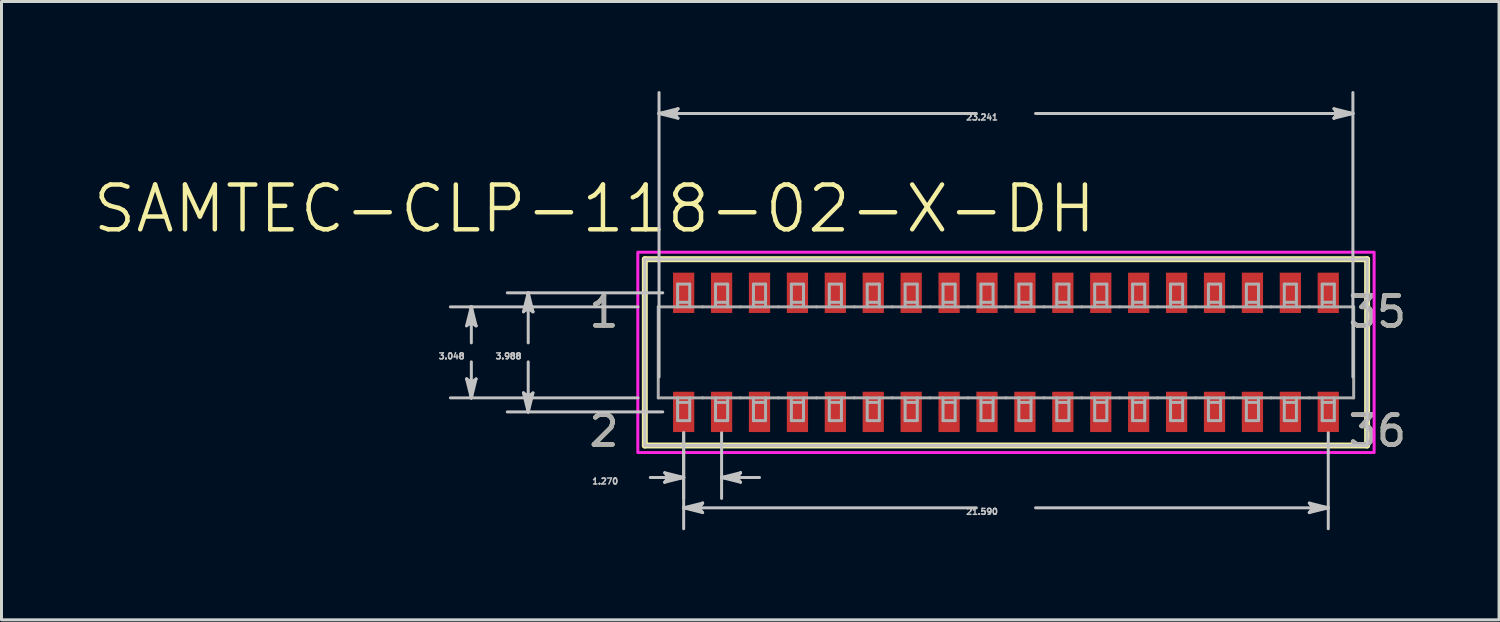
<source format=kicad_pcb>
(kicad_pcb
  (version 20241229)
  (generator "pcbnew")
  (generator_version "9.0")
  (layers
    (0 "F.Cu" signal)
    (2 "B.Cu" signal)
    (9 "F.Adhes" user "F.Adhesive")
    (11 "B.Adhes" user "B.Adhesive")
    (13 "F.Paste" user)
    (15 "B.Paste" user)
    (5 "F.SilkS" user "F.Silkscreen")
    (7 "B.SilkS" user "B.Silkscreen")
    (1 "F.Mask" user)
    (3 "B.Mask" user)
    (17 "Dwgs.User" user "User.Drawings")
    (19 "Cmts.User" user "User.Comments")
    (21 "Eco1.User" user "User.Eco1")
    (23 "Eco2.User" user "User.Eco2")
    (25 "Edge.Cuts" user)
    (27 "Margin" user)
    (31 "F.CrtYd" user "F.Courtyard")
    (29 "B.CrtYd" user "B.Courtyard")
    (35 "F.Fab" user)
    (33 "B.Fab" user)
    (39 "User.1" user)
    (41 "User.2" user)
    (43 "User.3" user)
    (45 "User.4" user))
  (footprint "SAMTEC-CLP-118-02-X-DH"
    (layer "F.Cu")
    (at 30.644 8.752)
    (property "Reference" "SAMTEC-CLP-118-02-X-DH" (at -13.784 -4.808 0) (layer "F.SilkS") (effects (font (size 1.5 1.5) (thickness 0.15))))
    (attr smd)
    (fp_poly (pts (xy -11.202 -2.72) (xy -10.389 -2.72) (xy -10.389 -1.268) (xy -11.202 -1.268)) (stroke (width 0.01) (type solid)) (fill yes) (layer "F.Mask"))
    (fp_poly (pts (xy -11.202 1.268) (xy -10.389 1.268) (xy -10.389 2.72) (xy -11.202 2.72)) (stroke (width 0.01) (type solid)) (fill yes) (layer "F.Mask"))
    (fp_poly (pts (xy -9.932 -2.72) (xy -9.119 -2.72) (xy -9.119 -1.268) (xy -9.932 -1.268)) (stroke (width 0.01) (type solid)) (fill yes) (layer "F.Mask"))
    (fp_poly (pts (xy -9.932 1.268) (xy -9.119 1.268) (xy -9.119 2.72) (xy -9.932 2.72)) (stroke (width 0.01) (type solid)) (fill yes) (layer "F.Mask"))
    (fp_poly (pts (xy -8.662 -2.72) (xy -7.849 -2.72) (xy -7.849 -1.268) (xy -8.662 -1.268)) (stroke (width 0.01) (type solid)) (fill yes) (layer "F.Mask"))
    (fp_poly (pts (xy -8.662 1.268) (xy -7.849 1.268) (xy -7.849 2.72) (xy -8.662 2.72)) (stroke (width 0.01) (type solid)) (fill yes) (layer "F.Mask"))
    (fp_poly (pts (xy -7.392 -2.72) (xy -6.579 -2.72) (xy -6.579 -1.268) (xy -7.392 -1.268)) (stroke (width 0.01) (type solid)) (fill yes) (layer "F.Mask"))
    (fp_poly (pts (xy -7.392 1.268) (xy -6.579 1.268) (xy -6.579 2.72) (xy -7.392 2.72)) (stroke (width 0.01) (type solid)) (fill yes) (layer "F.Mask"))
    (fp_poly (pts (xy -6.122 -2.72) (xy -5.309 -2.72) (xy -5.309 -1.268) (xy -6.122 -1.268)) (stroke (width 0.01) (type solid)) (fill yes) (layer "F.Mask"))
    (fp_poly (pts (xy -6.122 1.268) (xy -5.309 1.268) (xy -5.309 2.72) (xy -6.122 2.72)) (stroke (width 0.01) (type solid)) (fill yes) (layer "F.Mask"))
    (fp_poly (pts (xy -4.852 -2.72) (xy -4.039 -2.72) (xy -4.039 -1.268) (xy -4.852 -1.268)) (stroke (width 0.01) (type solid)) (fill yes) (layer "F.Mask"))
    (fp_poly (pts (xy -4.852 1.268) (xy -4.039 1.268) (xy -4.039 2.72) (xy -4.852 2.72)) (stroke (width 0.01) (type solid)) (fill yes) (layer "F.Mask"))
    (fp_poly (pts (xy -3.582 -2.72) (xy -2.769 -2.72) (xy -2.769 -1.268) (xy -3.582 -1.268)) (stroke (width 0.01) (type solid)) (fill yes) (layer "F.Mask"))
    (fp_poly (pts (xy -3.582 1.268) (xy -2.769 1.268) (xy -2.769 2.72) (xy -3.582 2.72)) (stroke (width 0.01) (type solid)) (fill yes) (layer "F.Mask"))
    (fp_poly (pts (xy -2.312 -2.72) (xy -1.499 -2.72) (xy -1.499 -1.268) (xy -2.312 -1.268)) (stroke (width 0.01) (type solid)) (fill yes) (layer "F.Mask"))
    (fp_poly (pts (xy -2.312 1.268) (xy -1.499 1.268) (xy -1.499 2.72) (xy -2.312 2.72)) (stroke (width 0.01) (type solid)) (fill yes) (layer "F.Mask"))
    (fp_poly (pts (xy -1.042 -2.72) (xy -0.229 -2.72) (xy -0.229 -1.268) (xy -1.042 -1.268)) (stroke (width 0.01) (type solid)) (fill yes) (layer "F.Mask"))
    (fp_poly (pts (xy -1.042 1.268) (xy -0.229 1.268) (xy -0.229 2.72) (xy -1.042 2.72)) (stroke (width 0.01) (type solid)) (fill yes) (layer "F.Mask"))
    (fp_poly (pts (xy 0.228 -2.72) (xy 1.041 -2.72) (xy 1.041 -1.268) (xy 0.228 -1.268)) (stroke (width 0.01) (type solid)) (fill yes) (layer "F.Mask"))
    (fp_poly (pts (xy 0.228 1.268) (xy 1.041 1.268) (xy 1.041 2.72) (xy 0.228 2.72)) (stroke (width 0.01) (type solid)) (fill yes) (layer "F.Mask"))
    (fp_poly (pts (xy 1.498 -2.72) (xy 2.311 -2.72) (xy 2.311 -1.268) (xy 1.498 -1.268)) (stroke (width 0.01) (type solid)) (fill yes) (layer "F.Mask"))
    (fp_poly (pts (xy 1.498 1.268) (xy 2.311 1.268) (xy 2.311 2.72) (xy 1.498 2.72)) (stroke (width 0.01) (type solid)) (fill yes) (layer "F.Mask"))
    (fp_poly (pts (xy 2.768 -2.72) (xy 3.581 -2.72) (xy 3.581 -1.268) (xy 2.768 -1.268)) (stroke (width 0.01) (type solid)) (fill yes) (layer "F.Mask"))
    (fp_poly (pts (xy 2.768 1.268) (xy 3.581 1.268) (xy 3.581 2.72) (xy 2.768 2.72)) (stroke (width 0.01) (type solid)) (fill yes) (layer "F.Mask"))
    (fp_poly (pts (xy 4.038 -2.72) (xy 4.851 -2.72) (xy 4.851 -1.268) (xy 4.038 -1.268)) (stroke (width 0.01) (type solid)) (fill yes) (layer "F.Mask"))
    (fp_poly (pts (xy 4.038 1.268) (xy 4.851 1.268) (xy 4.851 2.72) (xy 4.038 2.72)) (stroke (width 0.01) (type solid)) (fill yes) (layer "F.Mask"))
    (fp_poly (pts (xy 5.308 -2.72) (xy 6.121 -2.72) (xy 6.121 -1.268) (xy 5.308 -1.268)) (stroke (width 0.01) (type solid)) (fill yes) (layer "F.Mask"))
    (fp_poly (pts (xy 5.308 1.268) (xy 6.121 1.268) (xy 6.121 2.72) (xy 5.308 2.72)) (stroke (width 0.01) (type solid)) (fill yes) (layer "F.Mask"))
    (fp_poly (pts (xy 6.578 -2.72) (xy 7.391 -2.72) (xy 7.391 -1.268) (xy 6.578 -1.268)) (stroke (width 0.01) (type solid)) (fill yes) (layer "F.Mask"))
    (fp_poly (pts (xy 6.578 1.268) (xy 7.391 1.268) (xy 7.391 2.72) (xy 6.578 2.72)) (stroke (width 0.01) (type solid)) (fill yes) (layer "F.Mask"))
    (fp_poly (pts (xy 7.848 -2.72) (xy 8.661 -2.72) (xy 8.661 -1.268) (xy 7.848 -1.268)) (stroke (width 0.01) (type solid)) (fill yes) (layer "F.Mask"))
    (fp_poly (pts (xy 7.848 1.268) (xy 8.661 1.268) (xy 8.661 2.72) (xy 7.848 2.72)) (stroke (width 0.01) (type solid)) (fill yes) (layer "F.Mask"))
    (fp_poly (pts (xy 9.118 -2.72) (xy 9.931 -2.72) (xy 9.931 -1.268) (xy 9.118 -1.268)) (stroke (width 0.01) (type solid)) (fill yes) (layer "F.Mask"))
    (fp_poly (pts (xy 9.118 1.268) (xy 9.931 1.268) (xy 9.931 2.72) (xy 9.118 2.72)) (stroke (width 0.01) (type solid)) (fill yes) (layer "F.Mask"))
    (fp_poly (pts (xy 10.388 -2.72) (xy 11.201 -2.72) (xy 11.201 -1.268) (xy 10.388 -1.268)) (stroke (width 0.01) (type solid)) (fill yes) (layer "F.Mask"))
    (fp_poly (pts (xy 10.388 1.268) (xy 11.201 1.268) (xy 11.201 2.72) (xy 10.388 2.72)) (stroke (width 0.01) (type solid)) (fill yes) (layer "F.Mask"))
    (fp_line (start -12.096 -3.12) (end -12.096 3.12) (stroke (width 0.2) (type solid)) (layer "F.SilkS"))
    (fp_line (start -12.096 3.12) (end 12.096 3.12) (stroke (width 0.2) (type solid)) (layer "F.SilkS"))
    (fp_line (start 12.096 -3.12) (end -12.096 -3.12) (stroke (width 0.2) (type solid)) (layer "F.SilkS"))
    (fp_line (start 12.096 3.12) (end 12.096 -3.12) (stroke (width 0.2) (type solid)) (layer "F.SilkS"))
    (fp_poly (pts (xy -11.151 -2.669) (xy -10.44 -2.669) (xy -10.44 -1.319) (xy -11.151 -1.319)) (stroke (width 0.01) (type solid)) (fill yes) (layer "F.Paste"))
    (fp_poly (pts (xy -11.151 1.319) (xy -10.44 1.319) (xy -10.44 2.669) (xy -11.151 2.669)) (stroke (width 0.01) (type solid)) (fill yes) (layer "F.Paste"))
    (fp_poly (pts (xy -9.881 -2.669) (xy -9.17 -2.669) (xy -9.17 -1.319) (xy -9.881 -1.319)) (stroke (width 0.01) (type solid)) (fill yes) (layer "F.Paste"))
    (fp_poly (pts (xy -9.881 1.319) (xy -9.17 1.319) (xy -9.17 2.669) (xy -9.881 2.669)) (stroke (width 0.01) (type solid)) (fill yes) (layer "F.Paste"))
    (fp_poly (pts (xy -8.611 -2.669) (xy -7.9 -2.669) (xy -7.9 -1.319) (xy -8.611 -1.319)) (stroke (width 0.01) (type solid)) (fill yes) (layer "F.Paste"))
    (fp_poly (pts (xy -8.611 1.319) (xy -7.9 1.319) (xy -7.9 2.669) (xy -8.611 2.669)) (stroke (width 0.01) (type solid)) (fill yes) (layer "F.Paste"))
    (fp_poly (pts (xy -7.341 -2.669) (xy -6.63 -2.669) (xy -6.63 -1.319) (xy -7.341 -1.319)) (stroke (width 0.01) (type solid)) (fill yes) (layer "F.Paste"))
    (fp_poly (pts (xy -7.341 1.319) (xy -6.63 1.319) (xy -6.63 2.669) (xy -7.341 2.669)) (stroke (width 0.01) (type solid)) (fill yes) (layer "F.Paste"))
    (fp_poly (pts (xy -6.071 -2.669) (xy -5.36 -2.669) (xy -5.36 -1.319) (xy -6.071 -1.319)) (stroke (width 0.01) (type solid)) (fill yes) (layer "F.Paste"))
    (fp_poly (pts (xy -6.071 1.319) (xy -5.36 1.319) (xy -5.36 2.669) (xy -6.071 2.669)) (stroke (width 0.01) (type solid)) (fill yes) (layer "F.Paste"))
    (fp_poly (pts (xy -4.801 -2.669) (xy -4.09 -2.669) (xy -4.09 -1.319) (xy -4.801 -1.319)) (stroke (width 0.01) (type solid)) (fill yes) (layer "F.Paste"))
    (fp_poly (pts (xy -4.801 1.319) (xy -4.09 1.319) (xy -4.09 2.669) (xy -4.801 2.669)) (stroke (width 0.01) (type solid)) (fill yes) (layer "F.Paste"))
    (fp_poly (pts (xy -3.531 -2.669) (xy -2.82 -2.669) (xy -2.82 -1.319) (xy -3.531 -1.319)) (stroke (width 0.01) (type solid)) (fill yes) (layer "F.Paste"))
    (fp_poly (pts (xy -3.531 1.319) (xy -2.82 1.319) (xy -2.82 2.669) (xy -3.531 2.669)) (stroke (width 0.01) (type solid)) (fill yes) (layer "F.Paste"))
    (fp_poly (pts (xy -2.261 -2.669) (xy -1.55 -2.669) (xy -1.55 -1.319) (xy -2.261 -1.319)) (stroke (width 0.01) (type solid)) (fill yes) (layer "F.Paste"))
    (fp_poly (pts (xy -2.261 1.319) (xy -1.55 1.319) (xy -1.55 2.669) (xy -2.261 2.669)) (stroke (width 0.01) (type solid)) (fill yes) (layer "F.Paste"))
    (fp_poly (pts (xy -0.991 -2.669) (xy -0.28 -2.669) (xy -0.28 -1.319) (xy -0.991 -1.319)) (stroke (width 0.01) (type solid)) (fill yes) (layer "F.Paste"))
    (fp_poly (pts (xy -0.991 1.319) (xy -0.28 1.319) (xy -0.28 2.669) (xy -0.991 2.669)) (stroke (width 0.01) (type solid)) (fill yes) (layer "F.Paste"))
    (fp_poly (pts (xy 0.279 -2.669) (xy 0.99 -2.669) (xy 0.99 -1.319) (xy 0.279 -1.319)) (stroke (width 0.01) (type solid)) (fill yes) (layer "F.Paste"))
    (fp_poly (pts (xy 0.279 1.319) (xy 0.99 1.319) (xy 0.99 2.669) (xy 0.279 2.669)) (stroke (width 0.01) (type solid)) (fill yes) (layer "F.Paste"))
    (fp_poly (pts (xy 1.549 -2.669) (xy 2.26 -2.669) (xy 2.26 -1.319) (xy 1.549 -1.319)) (stroke (width 0.01) (type solid)) (fill yes) (layer "F.Paste"))
    (fp_poly (pts (xy 1.549 1.319) (xy 2.26 1.319) (xy 2.26 2.669) (xy 1.549 2.669)) (stroke (width 0.01) (type solid)) (fill yes) (layer "F.Paste"))
    (fp_poly (pts (xy 2.819 -2.669) (xy 3.53 -2.669) (xy 3.53 -1.319) (xy 2.819 -1.319)) (stroke (width 0.01) (type solid)) (fill yes) (layer "F.Paste"))
    (fp_poly (pts (xy 2.819 1.319) (xy 3.53 1.319) (xy 3.53 2.669) (xy 2.819 2.669)) (stroke (width 0.01) (type solid)) (fill yes) (layer "F.Paste"))
    (fp_poly (pts (xy 4.089 -2.669) (xy 4.8 -2.669) (xy 4.8 -1.319) (xy 4.089 -1.319)) (stroke (width 0.01) (type solid)) (fill yes) (layer "F.Paste"))
    (fp_poly (pts (xy 4.089 1.319) (xy 4.8 1.319) (xy 4.8 2.669) (xy 4.089 2.669)) (stroke (width 0.01) (type solid)) (fill yes) (layer "F.Paste"))
    (fp_poly (pts (xy 5.359 -2.669) (xy 6.07 -2.669) (xy 6.07 -1.319) (xy 5.359 -1.319)) (stroke (width 0.01) (type solid)) (fill yes) (layer "F.Paste"))
    (fp_poly (pts (xy 5.359 1.319) (xy 6.07 1.319) (xy 6.07 2.669) (xy 5.359 2.669)) (stroke (width 0.01) (type solid)) (fill yes) (layer "F.Paste"))
    (fp_poly (pts (xy 6.629 -2.669) (xy 7.34 -2.669) (xy 7.34 -1.319) (xy 6.629 -1.319)) (stroke (width 0.01) (type solid)) (fill yes) (layer "F.Paste"))
    (fp_poly (pts (xy 6.629 1.319) (xy 7.34 1.319) (xy 7.34 2.669) (xy 6.629 2.669)) (stroke (width 0.01) (type solid)) (fill yes) (layer "F.Paste"))
    (fp_poly (pts (xy 7.899 -2.669) (xy 8.61 -2.669) (xy 8.61 -1.319) (xy 7.899 -1.319)) (stroke (width 0.01) (type solid)) (fill yes) (layer "F.Paste"))
    (fp_poly (pts (xy 7.899 1.319) (xy 8.61 1.319) (xy 8.61 2.669) (xy 7.899 2.669)) (stroke (width 0.01) (type solid)) (fill yes) (layer "F.Paste"))
    (fp_poly (pts (xy 9.169 -2.669) (xy 9.88 -2.669) (xy 9.88 -1.319) (xy 9.169 -1.319)) (stroke (width 0.01) (type solid)) (fill yes) (layer "F.Paste"))
    (fp_poly (pts (xy 9.169 1.319) (xy 9.88 1.319) (xy 9.88 2.669) (xy 9.169 2.669)) (stroke (width 0.01) (type solid)) (fill yes) (layer "F.Paste"))
    (fp_poly (pts (xy 10.439 -2.669) (xy 11.15 -2.669) (xy 11.15 -1.319) (xy 10.439 -1.319)) (stroke (width 0.01) (type solid)) (fill yes) (layer "F.Paste"))
    (fp_poly (pts (xy 10.439 1.319) (xy 11.15 1.319) (xy 11.15 2.669) (xy 10.439 2.669)) (stroke (width 0.01) (type solid)) (fill yes) (layer "F.Paste"))
    (fp_line (start -18.066 -0.889) (end -17.907 -1.016) (stroke (width 0.1) (type solid)) (layer "Dwgs.User"))
    (fp_line (start -18.066 0.889) (end -17.907 1.524) (stroke (width 0.1) (type solid)) (layer "Dwgs.User"))
    (fp_line (start -17.986 -0.952) (end -17.907 -1.016) (stroke (width 0.1) (type solid)) (layer "Dwgs.User"))
    (fp_line (start -17.986 0.952) (end -18.066 0.889) (stroke (width 0.1) (type solid)) (layer "Dwgs.User"))
    (fp_line (start -17.907 -1.524) (end -18.066 -0.889) (stroke (width 0.1) (type solid)) (layer "Dwgs.User"))
    (fp_line (start -17.907 -1.524) (end -17.986 -0.952) (stroke (width 0.1) (type solid)) (layer "Dwgs.User"))
    (fp_line (start -17.907 -1.524) (end -17.828 -0.952) (stroke (width 0.1) (type solid)) (layer "Dwgs.User"))
    (fp_line (start -17.907 -1.016) (end -17.907 -1.524) (stroke (width 0.1) (type solid)) (layer "Dwgs.User"))
    (fp_line (start -17.907 -1.016) (end -17.748 -0.889) (stroke (width 0.1) (type solid)) (layer "Dwgs.User"))
    (fp_line (start -17.907 -0.318) (end -17.907 -1.524) (stroke (width 0.1) (type solid)) (layer "Dwgs.User"))
    (fp_line (start -17.907 0.318) (end -17.907 1.524) (stroke (width 0.1) (type solid)) (layer "Dwgs.User"))
    (fp_line (start -17.907 1.016) (end -18.066 0.889) (stroke (width 0.1) (type solid)) (layer "Dwgs.User"))
    (fp_line (start -17.907 1.016) (end -17.907 1.524) (stroke (width 0.1) (type solid)) (layer "Dwgs.User"))
    (fp_line (start -17.907 1.524) (end -17.986 0.952) (stroke (width 0.1) (type solid)) (layer "Dwgs.User"))
    (fp_line (start -17.907 1.524) (end -17.828 0.952) (stroke (width 0.1) (type solid)) (layer "Dwgs.User"))
    (fp_line (start -17.907 1.524) (end -17.748 0.889) (stroke (width 0.1) (type solid)) (layer "Dwgs.User"))
    (fp_line (start -17.828 -0.952) (end -17.748 -0.889) (stroke (width 0.1) (type solid)) (layer "Dwgs.User"))
    (fp_line (start -17.828 0.952) (end -17.907 1.016) (stroke (width 0.1) (type solid)) (layer "Dwgs.User"))
    (fp_line (start -17.748 -0.889) (end -17.907 -1.524) (stroke (width 0.1) (type solid)) (layer "Dwgs.User"))
    (fp_line (start -17.748 0.889) (end -17.907 1.016) (stroke (width 0.1) (type solid)) (layer "Dwgs.User"))
    (fp_line (start -16.161 -1.359) (end -16.002 -1.486) (stroke (width 0.1) (type solid)) (layer "Dwgs.User"))
    (fp_line (start -16.161 1.359) (end -16.002 1.994) (stroke (width 0.1) (type solid)) (layer "Dwgs.User"))
    (fp_line (start -16.081 -1.422) (end -16.002 -1.486) (stroke (width 0.1) (type solid)) (layer "Dwgs.User"))
    (fp_line (start -16.081 1.422) (end -16.161 1.359) (stroke (width 0.1) (type solid)) (layer "Dwgs.User"))
    (fp_line (start -16.002 -1.994) (end -16.161 -1.359) (stroke (width 0.1) (type solid)) (layer "Dwgs.User"))
    (fp_line (start -16.002 -1.994) (end -16.081 -1.422) (stroke (width 0.1) (type solid)) (layer "Dwgs.User"))
    (fp_line (start -16.002 -1.994) (end -15.923 -1.422) (stroke (width 0.1) (type solid)) (layer "Dwgs.User"))
    (fp_line (start -16.002 -1.486) (end -16.002 -1.994) (stroke (width 0.1) (type solid)) (layer "Dwgs.User"))
    (fp_line (start -16.002 -1.486) (end -15.843 -1.359) (stroke (width 0.1) (type solid)) (layer "Dwgs.User"))
    (fp_line (start -16.002 -0.318) (end -16.002 -1.994) (stroke (width 0.1) (type solid)) (layer "Dwgs.User"))
    (fp_line (start -16.002 0.318) (end -16.002 1.994) (stroke (width 0.1) (type solid)) (layer "Dwgs.User"))
    (fp_line (start -16.002 1.486) (end -16.161 1.359) (stroke (width 0.1) (type solid)) (layer "Dwgs.User"))
    (fp_line (start -16.002 1.486) (end -16.002 1.994) (stroke (width 0.1) (type solid)) (layer "Dwgs.User"))
    (fp_line (start -16.002 1.994) (end -16.081 1.422) (stroke (width 0.1) (type solid)) (layer "Dwgs.User"))
    (fp_line (start -16.002 1.994) (end -15.923 1.422) (stroke (width 0.1) (type solid)) (layer "Dwgs.User"))
    (fp_line (start -16.002 1.994) (end -15.843 1.359) (stroke (width 0.1) (type solid)) (layer "Dwgs.User"))
    (fp_line (start -15.923 -1.422) (end -15.843 -1.359) (stroke (width 0.1) (type solid)) (layer "Dwgs.User"))
    (fp_line (start -15.923 1.422) (end -16.002 1.486) (stroke (width 0.1) (type solid)) (layer "Dwgs.User"))
    (fp_line (start -15.843 -1.359) (end -16.002 -1.994) (stroke (width 0.1) (type solid)) (layer "Dwgs.User"))
    (fp_line (start -15.843 1.359) (end -16.002 1.486) (stroke (width 0.1) (type solid)) (layer "Dwgs.User"))
    (fp_line (start -12.322 -1.524) (end -18.608 -1.524) (stroke (width 0.1) (type solid)) (layer "Dwgs.User"))
    (fp_line (start -12.322 1.524) (end -18.608 1.524) (stroke (width 0.1) (type solid)) (layer "Dwgs.User"))
    (fp_line (start -12.096 -3.12) (end -12.096 3.12) (stroke (width 0.1) (type solid)) (layer "Dwgs.User"))
    (fp_line (start -12.096 3.12) (end 12.096 3.12) (stroke (width 0.1) (type solid)) (layer "Dwgs.User"))
    (fp_line (start -11.913 4.191) (end -10.795 4.191) (stroke (width 0.1) (type solid)) (layer "Dwgs.User"))
    (fp_line (start -11.62 -8.001) (end -11.049 -8.08) (stroke (width 0.1) (type solid)) (layer "Dwgs.User"))
    (fp_line (start -11.62 -8.001) (end -11.049 -7.922) (stroke (width 0.1) (type solid)) (layer "Dwgs.User"))
    (fp_line (start -11.62 -8.001) (end -10.986 -7.842) (stroke (width 0.1) (type solid)) (layer "Dwgs.User"))
    (fp_line (start -11.62 0.823) (end -11.62 -8.702) (stroke (width 0.1) (type solid)) (layer "Dwgs.User"))
    (fp_line (start -11.496 -1.994) (end -16.703 -1.994) (stroke (width 0.1) (type solid)) (layer "Dwgs.User"))
    (fp_line (start -11.496 1.994) (end -16.703 1.994) (stroke (width 0.1) (type solid)) (layer "Dwgs.User"))
    (fp_line (start -11.43 4.032) (end -11.303 4.191) (stroke (width 0.1) (type solid)) (layer "Dwgs.User"))
    (fp_line (start -11.43 4.35) (end -10.795 4.191) (stroke (width 0.1) (type solid)) (layer "Dwgs.User"))
    (fp_line (start -11.366 4.112) (end -11.303 4.191) (stroke (width 0.1) (type solid)) (layer "Dwgs.User"))
    (fp_line (start -11.366 4.27) (end -11.43 4.35) (stroke (width 0.1) (type solid)) (layer "Dwgs.User"))
    (fp_line (start -11.303 4.191) (end -11.43 4.35) (stroke (width 0.1) (type solid)) (layer "Dwgs.User"))
    (fp_line (start -11.303 4.191) (end -10.795 4.191) (stroke (width 0.1) (type solid)) (layer "Dwgs.User"))
    (fp_line (start -11.112 -8.001) (end -11.62 -8.001) (stroke (width 0.1) (type solid)) (layer "Dwgs.User"))
    (fp_line (start -11.112 -8.001) (end -10.986 -8.16) (stroke (width 0.1) (type solid)) (layer "Dwgs.User"))
    (fp_line (start -11.049 -8.08) (end -10.986 -8.16) (stroke (width 0.1) (type solid)) (layer "Dwgs.User"))
    (fp_line (start -11.049 -7.922) (end -11.112 -8.001) (stroke (width 0.1) (type solid)) (layer "Dwgs.User"))
    (fp_line (start -10.986 -8.16) (end -11.62 -8.001) (stroke (width 0.1) (type solid)) (layer "Dwgs.User"))
    (fp_line (start -10.986 -7.842) (end -11.112 -8.001) (stroke (width 0.1) (type solid)) (layer "Dwgs.User"))
    (fp_line (start -10.795 2.695) (end -10.795 4.892) (stroke (width 0.1) (type solid)) (layer "Dwgs.User"))
    (fp_line (start -10.795 2.695) (end -10.795 5.908) (stroke (width 0.1) (type solid)) (layer "Dwgs.User"))
    (fp_line (start -10.795 4.191) (end -11.43 4.032) (stroke (width 0.1) (type solid)) (layer "Dwgs.User"))
    (fp_line (start -10.795 4.191) (end -11.366 4.112) (stroke (width 0.1) (type solid)) (layer "Dwgs.User"))
    (fp_line (start -10.795 4.191) (end -11.366 4.27) (stroke (width 0.1) (type solid)) (layer "Dwgs.User"))
    (fp_line (start -10.795 5.207) (end -10.224 5.128) (stroke (width 0.1) (type solid)) (layer "Dwgs.User"))
    (fp_line (start -10.795 5.207) (end -10.224 5.286) (stroke (width 0.1) (type solid)) (layer "Dwgs.User"))
    (fp_line (start -10.795 5.207) (end -10.16 5.366) (stroke (width 0.1) (type solid)) (layer "Dwgs.User"))
    (fp_line (start -10.287 5.207) (end -10.795 5.207) (stroke (width 0.1) (type solid)) (layer "Dwgs.User"))
    (fp_line (start -10.287 5.207) (end -10.16 5.048) (stroke (width 0.1) (type solid)) (layer "Dwgs.User"))
    (fp_line (start -10.224 5.128) (end -10.16 5.048) (stroke (width 0.1) (type solid)) (layer "Dwgs.User"))
    (fp_line (start -10.224 5.286) (end -10.287 5.207) (stroke (width 0.1) (type solid)) (layer "Dwgs.User"))
    (fp_line (start -10.16 5.048) (end -10.795 5.207) (stroke (width 0.1) (type solid)) (layer "Dwgs.User"))
    (fp_line (start -10.16 5.366) (end -10.287 5.207) (stroke (width 0.1) (type solid)) (layer "Dwgs.User"))
    (fp_line (start -9.525 2.695) (end -9.525 4.892) (stroke (width 0.1) (type solid)) (layer "Dwgs.User"))
    (fp_line (start -9.525 4.191) (end -8.954 4.112) (stroke (width 0.1) (type solid)) (layer "Dwgs.User"))
    (fp_line (start -9.525 4.191) (end -8.954 4.27) (stroke (width 0.1) (type solid)) (layer "Dwgs.User"))
    (fp_line (start -9.525 4.191) (end -8.89 4.35) (stroke (width 0.1) (type solid)) (layer "Dwgs.User"))
    (fp_line (start -9.017 4.191) (end -9.525 4.191) (stroke (width 0.1) (type solid)) (layer "Dwgs.User"))
    (fp_line (start -9.017 4.191) (end -8.89 4.032) (stroke (width 0.1) (type solid)) (layer "Dwgs.User"))
    (fp_line (start -8.954 4.112) (end -8.89 4.032) (stroke (width 0.1) (type solid)) (layer "Dwgs.User"))
    (fp_line (start -8.954 4.27) (end -9.017 4.191) (stroke (width 0.1) (type solid)) (layer "Dwgs.User"))
    (fp_line (start -8.89 4.032) (end -9.525 4.191) (stroke (width 0.1) (type solid)) (layer "Dwgs.User"))
    (fp_line (start -8.89 4.35) (end -9.017 4.191) (stroke (width 0.1) (type solid)) (layer "Dwgs.User"))
    (fp_line (start -8.255 4.191) (end -9.525 4.191) (stroke (width 0.1) (type solid)) (layer "Dwgs.User"))
    (fp_line (start -0.991 -8.001) (end -11.62 -8.001) (stroke (width 0.1) (type solid)) (layer "Dwgs.User"))
    (fp_line (start -0.991 5.207) (end -10.795 5.207) (stroke (width 0.1) (type solid)) (layer "Dwgs.User"))
    (fp_line (start 0.991 -8.001) (end 11.62 -8.001) (stroke (width 0.1) (type solid)) (layer "Dwgs.User"))
    (fp_line (start 0.991 5.207) (end 10.795 5.207) (stroke (width 0.1) (type solid)) (layer "Dwgs.User"))
    (fp_line (start 10.16 5.048) (end 10.287 5.207) (stroke (width 0.1) (type solid)) (layer "Dwgs.User"))
    (fp_line (start 10.16 5.366) (end 10.795 5.207) (stroke (width 0.1) (type solid)) (layer "Dwgs.User"))
    (fp_line (start 10.224 5.128) (end 10.287 5.207) (stroke (width 0.1) (type solid)) (layer "Dwgs.User"))
    (fp_line (start 10.224 5.286) (end 10.16 5.366) (stroke (width 0.1) (type solid)) (layer "Dwgs.User"))
    (fp_line (start 10.287 5.207) (end 10.16 5.366) (stroke (width 0.1) (type solid)) (layer "Dwgs.User"))
    (fp_line (start 10.287 5.207) (end 10.795 5.207) (stroke (width 0.1) (type solid)) (layer "Dwgs.User"))
    (fp_line (start 10.795 2.695) (end 10.795 5.908) (stroke (width 0.1) (type solid)) (layer "Dwgs.User"))
    (fp_line (start 10.795 5.207) (end 10.16 5.048) (stroke (width 0.1) (type solid)) (layer "Dwgs.User"))
    (fp_line (start 10.795 5.207) (end 10.224 5.128) (stroke (width 0.1) (type solid)) (layer "Dwgs.User"))
    (fp_line (start 10.795 5.207) (end 10.224 5.286) (stroke (width 0.1) (type solid)) (layer "Dwgs.User"))
    (fp_line (start 10.986 -8.16) (end 11.112 -8.001) (stroke (width 0.1) (type solid)) (layer "Dwgs.User"))
    (fp_line (start 10.986 -7.842) (end 11.62 -8.001) (stroke (width 0.1) (type solid)) (layer "Dwgs.User"))
    (fp_line (start 11.049 -8.08) (end 11.112 -8.001) (stroke (width 0.1) (type solid)) (layer "Dwgs.User"))
    (fp_line (start 11.049 -7.922) (end 10.986 -7.842) (stroke (width 0.1) (type solid)) (layer "Dwgs.User"))
    (fp_line (start 11.112 -8.001) (end 10.986 -7.842) (stroke (width 0.1) (type solid)) (layer "Dwgs.User"))
    (fp_line (start 11.112 -8.001) (end 11.62 -8.001) (stroke (width 0.1) (type solid)) (layer "Dwgs.User"))
    (fp_line (start 11.62 -8.001) (end 10.986 -8.16) (stroke (width 0.1) (type solid)) (layer "Dwgs.User"))
    (fp_line (start 11.62 -8.001) (end 11.049 -8.08) (stroke (width 0.1) (type solid)) (layer "Dwgs.User"))
    (fp_line (start 11.62 -8.001) (end 11.049 -7.922) (stroke (width 0.1) (type solid)) (layer "Dwgs.User"))
    (fp_line (start 11.62 0.823) (end 11.62 -8.702) (stroke (width 0.1) (type solid)) (layer "Dwgs.User"))
    (fp_line (start 12.096 -3.12) (end -12.096 -3.12) (stroke (width 0.1) (type solid)) (layer "Dwgs.User"))
    (fp_line (start 12.096 3.12) (end 12.096 -3.12) (stroke (width 0.1) (type solid)) (layer "Dwgs.User"))
    (fp_poly (pts (xy -12.331 3.355) (xy -12.331 -3.355) (xy 12.331 -3.355) (xy 12.331 3.355) (xy -12.331 3.355)) (stroke (width 0.1) (type solid)) (fill no) (layer "F.CrtYd"))
    (fp_line (start -11.646 -1.524) (end -11.646 1.524) (stroke (width 0.1) (type solid)) (layer "F.Fab"))
    (fp_line (start -11.646 1.524) (end -10.16 1.524) (stroke (width 0.1) (type solid)) (layer "F.Fab"))
    (fp_line (start -10.998 -2.286) (end -10.998 -1.524) (stroke (width 0.1) (type solid)) (layer "F.Fab"))
    (fp_line (start -10.998 1.524) (end -10.998 2.286) (stroke (width 0.1) (type solid)) (layer "F.Fab"))
    (fp_line (start -10.998 1.676) (end -10.592 1.676) (stroke (width 0.1) (type solid)) (layer "F.Fab"))
    (fp_line (start -10.998 2.286) (end -10.592 2.286) (stroke (width 0.1) (type solid)) (layer "F.Fab"))
    (fp_line (start -10.592 -2.286) (end -10.998 -2.286) (stroke (width 0.1) (type solid)) (layer "F.Fab"))
    (fp_line (start -10.592 -1.676) (end -10.998 -1.676) (stroke (width 0.1) (type solid)) (layer "F.Fab"))
    (fp_line (start -10.592 -1.524) (end -10.592 -2.286) (stroke (width 0.1) (type solid)) (layer "F.Fab"))
    (fp_line (start -10.592 2.286) (end -10.592 1.524) (stroke (width 0.1) (type solid)) (layer "F.Fab"))
    (fp_line (start -10.16 -1.524) (end -11.646 -1.524) (stroke (width 0.1) (type solid)) (layer "F.Fab"))
    (fp_line (start -10.16 -1.524) (end -8.89 -1.524) (stroke (width 0.1) (type solid)) (layer "F.Fab"))
    (fp_line (start -10.16 1.524) (end -8.89 1.524) (stroke (width 0.1) (type solid)) (layer "F.Fab"))
    (fp_line (start -9.728 -2.286) (end -9.728 -1.524) (stroke (width 0.1) (type solid)) (layer "F.Fab"))
    (fp_line (start -9.728 1.524) (end -9.728 2.286) (stroke (width 0.1) (type solid)) (layer "F.Fab"))
    (fp_line (start -9.728 1.676) (end -9.322 1.676) (stroke (width 0.1) (type solid)) (layer "F.Fab"))
    (fp_line (start -9.728 2.286) (end -9.322 2.286) (stroke (width 0.1) (type solid)) (layer "F.Fab"))
    (fp_line (start -9.322 -2.286) (end -9.728 -2.286) (stroke (width 0.1) (type solid)) (layer "F.Fab"))
    (fp_line (start -9.322 -1.676) (end -9.728 -1.676) (stroke (width 0.1) (type solid)) (layer "F.Fab"))
    (fp_line (start -9.322 -1.524) (end -9.322 -2.286) (stroke (width 0.1) (type solid)) (layer "F.Fab"))
    (fp_line (start -9.322 2.286) (end -9.322 1.524) (stroke (width 0.1) (type solid)) (layer "F.Fab"))
    (fp_line (start -8.89 -1.524) (end -7.62 -1.524) (stroke (width 0.1) (type solid)) (layer "F.Fab"))
    (fp_line (start -8.89 1.524) (end -7.62 1.524) (stroke (width 0.1) (type solid)) (layer "F.Fab"))
    (fp_line (start -8.458 -2.286) (end -8.458 -1.524) (stroke (width 0.1) (type solid)) (layer "F.Fab"))
    (fp_line (start -8.458 1.524) (end -8.458 2.286) (stroke (width 0.1) (type solid)) (layer "F.Fab"))
    (fp_line (start -8.458 1.676) (end -8.052 1.676) (stroke (width 0.1) (type solid)) (layer "F.Fab"))
    (fp_line (start -8.458 2.286) (end -8.052 2.286) (stroke (width 0.1) (type solid)) (layer "F.Fab"))
    (fp_line (start -8.052 -2.286) (end -8.458 -2.286) (stroke (width 0.1) (type solid)) (layer "F.Fab"))
    (fp_line (start -8.052 -1.676) (end -8.458 -1.676) (stroke (width 0.1) (type solid)) (layer "F.Fab"))
    (fp_line (start -8.052 -1.524) (end -8.052 -2.286) (stroke (width 0.1) (type solid)) (layer "F.Fab"))
    (fp_line (start -8.052 2.286) (end -8.052 1.524) (stroke (width 0.1) (type solid)) (layer "F.Fab"))
    (fp_line (start -7.62 -1.524) (end -6.35 -1.524) (stroke (width 0.1) (type solid)) (layer "F.Fab"))
    (fp_line (start -7.62 1.524) (end -6.35 1.524) (stroke (width 0.1) (type solid)) (layer "F.Fab"))
    (fp_line (start -7.188 -2.286) (end -7.188 -1.524) (stroke (width 0.1) (type solid)) (layer "F.Fab"))
    (fp_line (start -7.188 1.524) (end -7.188 2.286) (stroke (width 0.1) (type solid)) (layer "F.Fab"))
    (fp_line (start -7.188 1.676) (end -6.782 1.676) (stroke (width 0.1) (type solid)) (layer "F.Fab"))
    (fp_line (start -7.188 2.286) (end -6.782 2.286) (stroke (width 0.1) (type solid)) (layer "F.Fab"))
    (fp_line (start -6.782 -2.286) (end -7.188 -2.286) (stroke (width 0.1) (type solid)) (layer "F.Fab"))
    (fp_line (start -6.782 -1.676) (end -7.188 -1.676) (stroke (width 0.1) (type solid)) (layer "F.Fab"))
    (fp_line (start -6.782 -1.524) (end -6.782 -2.286) (stroke (width 0.1) (type solid)) (layer "F.Fab"))
    (fp_line (start -6.782 2.286) (end -6.782 1.524) (stroke (width 0.1) (type solid)) (layer "F.Fab"))
    (fp_line (start -6.35 -1.524) (end -5.08 -1.524) (stroke (width 0.1) (type solid)) (layer "F.Fab"))
    (fp_line (start -6.35 1.524) (end -5.08 1.524) (stroke (width 0.1) (type solid)) (layer "F.Fab"))
    (fp_line (start -5.918 -2.286) (end -5.918 -1.524) (stroke (width 0.1) (type solid)) (layer "F.Fab"))
    (fp_line (start -5.918 1.524) (end -5.918 2.286) (stroke (width 0.1) (type solid)) (layer "F.Fab"))
    (fp_line (start -5.918 1.676) (end -5.512 1.676) (stroke (width 0.1) (type solid)) (layer "F.Fab"))
    (fp_line (start -5.918 2.286) (end -5.512 2.286) (stroke (width 0.1) (type solid)) (layer "F.Fab"))
    (fp_line (start -5.512 -2.286) (end -5.918 -2.286) (stroke (width 0.1) (type solid)) (layer "F.Fab"))
    (fp_line (start -5.512 -1.676) (end -5.918 -1.676) (stroke (width 0.1) (type solid)) (layer "F.Fab"))
    (fp_line (start -5.512 -1.524) (end -5.512 -2.286) (stroke (width 0.1) (type solid)) (layer "F.Fab"))
    (fp_line (start -5.512 2.286) (end -5.512 1.524) (stroke (width 0.1) (type solid)) (layer "F.Fab"))
    (fp_line (start -5.08 -1.524) (end -3.81 -1.524) (stroke (width 0.1) (type solid)) (layer "F.Fab"))
    (fp_line (start -5.08 1.524) (end -3.81 1.524) (stroke (width 0.1) (type solid)) (layer "F.Fab"))
    (fp_line (start -4.648 -2.286) (end -4.648 -1.524) (stroke (width 0.1) (type solid)) (layer "F.Fab"))
    (fp_line (start -4.648 1.524) (end -4.648 2.286) (stroke (width 0.1) (type solid)) (layer "F.Fab"))
    (fp_line (start -4.648 1.676) (end -4.242 1.676) (stroke (width 0.1) (type solid)) (layer "F.Fab"))
    (fp_line (start -4.648 2.286) (end -4.242 2.286) (stroke (width 0.1) (type solid)) (layer "F.Fab"))
    (fp_line (start -4.242 -2.286) (end -4.648 -2.286) (stroke (width 0.1) (type solid)) (layer "F.Fab"))
    (fp_line (start -4.242 -1.676) (end -4.648 -1.676) (stroke (width 0.1) (type solid)) (layer "F.Fab"))
    (fp_line (start -4.242 -1.524) (end -4.242 -2.286) (stroke (width 0.1) (type solid)) (layer "F.Fab"))
    (fp_line (start -4.242 2.286) (end -4.242 1.524) (stroke (width 0.1) (type solid)) (layer "F.Fab"))
    (fp_line (start -3.81 -1.524) (end -2.54 -1.524) (stroke (width 0.1) (type solid)) (layer "F.Fab"))
    (fp_line (start -3.81 1.524) (end -2.54 1.524) (stroke (width 0.1) (type solid)) (layer "F.Fab"))
    (fp_line (start -3.378 -2.286) (end -3.378 -1.524) (stroke (width 0.1) (type solid)) (layer "F.Fab"))
    (fp_line (start -3.378 1.524) (end -3.378 2.286) (stroke (width 0.1) (type solid)) (layer "F.Fab"))
    (fp_line (start -3.378 1.676) (end -2.972 1.676) (stroke (width 0.1) (type solid)) (layer "F.Fab"))
    (fp_line (start -3.378 2.286) (end -2.972 2.286) (stroke (width 0.1) (type solid)) (layer "F.Fab"))
    (fp_line (start -2.972 -2.286) (end -3.378 -2.286) (stroke (width 0.1) (type solid)) (layer "F.Fab"))
    (fp_line (start -2.972 -1.676) (end -3.378 -1.676) (stroke (width 0.1) (type solid)) (layer "F.Fab"))
    (fp_line (start -2.972 -1.524) (end -2.972 -2.286) (stroke (width 0.1) (type solid)) (layer "F.Fab"))
    (fp_line (start -2.972 2.286) (end -2.972 1.524) (stroke (width 0.1) (type solid)) (layer "F.Fab"))
    (fp_line (start -2.54 -1.524) (end -1.27 -1.524) (stroke (width 0.1) (type solid)) (layer "F.Fab"))
    (fp_line (start -2.54 1.524) (end -1.27 1.524) (stroke (width 0.1) (type solid)) (layer "F.Fab"))
    (fp_line (start -2.108 -2.286) (end -2.108 -1.524) (stroke (width 0.1) (type solid)) (layer "F.Fab"))
    (fp_line (start -2.108 1.524) (end -2.108 2.286) (stroke (width 0.1) (type solid)) (layer "F.Fab"))
    (fp_line (start -2.108 1.676) (end -1.702 1.676) (stroke (width 0.1) (type solid)) (layer "F.Fab"))
    (fp_line (start -2.108 2.286) (end -1.702 2.286) (stroke (width 0.1) (type solid)) (layer "F.Fab"))
    (fp_line (start -1.702 -2.286) (end -2.108 -2.286) (stroke (width 0.1) (type solid)) (layer "F.Fab"))
    (fp_line (start -1.702 -1.676) (end -2.108 -1.676) (stroke (width 0.1) (type solid)) (layer "F.Fab"))
    (fp_line (start -1.702 -1.524) (end -1.702 -2.286) (stroke (width 0.1) (type solid)) (layer "F.Fab"))
    (fp_line (start -1.702 2.286) (end -1.702 1.524) (stroke (width 0.1) (type solid)) (layer "F.Fab"))
    (fp_line (start -1.27 -1.524) (end 0 -1.524) (stroke (width 0.1) (type solid)) (layer "F.Fab"))
    (fp_line (start -1.27 1.524) (end 0 1.524) (stroke (width 0.1) (type solid)) (layer "F.Fab"))
    (fp_line (start -0.838 -2.286) (end -0.838 -1.524) (stroke (width 0.1) (type solid)) (layer "F.Fab"))
    (fp_line (start -0.838 1.524) (end -0.838 2.286) (stroke (width 0.1) (type solid)) (layer "F.Fab"))
    (fp_line (start -0.838 1.676) (end -0.432 1.676) (stroke (width 0.1) (type solid)) (layer "F.Fab"))
    (fp_line (start -0.838 2.286) (end -0.432 2.286) (stroke (width 0.1) (type solid)) (layer "F.Fab"))
    (fp_line (start -0.432 -2.286) (end -0.838 -2.286) (stroke (width 0.1) (type solid)) (layer "F.Fab"))
    (fp_line (start -0.432 -1.676) (end -0.838 -1.676) (stroke (width 0.1) (type solid)) (layer "F.Fab"))
    (fp_line (start -0.432 -1.524) (end -0.432 -2.286) (stroke (width 0.1) (type solid)) (layer "F.Fab"))
    (fp_line (start -0.432 2.286) (end -0.432 1.524) (stroke (width 0.1) (type solid)) (layer "F.Fab"))
    (fp_line (start 0 -1.524) (end 1.27 -1.524) (stroke (width 0.1) (type solid)) (layer "F.Fab"))
    (fp_line (start 0 1.524) (end 1.27 1.524) (stroke (width 0.1) (type solid)) (layer "F.Fab"))
    (fp_line (start 0.432 -2.286) (end 0.432 -1.524) (stroke (width 0.1) (type solid)) (layer "F.Fab"))
    (fp_line (start 0.432 1.524) (end 0.432 2.286) (stroke (width 0.1) (type solid)) (layer "F.Fab"))
    (fp_line (start 0.432 1.676) (end 0.838 1.676) (stroke (width 0.1) (type solid)) (layer "F.Fab"))
    (fp_line (start 0.432 2.286) (end 0.838 2.286) (stroke (width 0.1) (type solid)) (layer "F.Fab"))
    (fp_line (start 0.838 -2.286) (end 0.432 -2.286) (stroke (width 0.1) (type solid)) (layer "F.Fab"))
    (fp_line (start 0.838 -1.676) (end 0.432 -1.676) (stroke (width 0.1) (type solid)) (layer "F.Fab"))
    (fp_line (start 0.838 -1.524) (end 0.838 -2.286) (stroke (width 0.1) (type solid)) (layer "F.Fab"))
    (fp_line (start 0.838 2.286) (end 0.838 1.524) (stroke (width 0.1) (type solid)) (layer "F.Fab"))
    (fp_line (start 1.27 -1.524) (end 2.54 -1.524) (stroke (width 0.1) (type solid)) (layer "F.Fab"))
    (fp_line (start 1.27 1.524) (end 2.54 1.524) (stroke (width 0.1) (type solid)) (layer "F.Fab"))
    (fp_line (start 1.702 -2.286) (end 1.702 -1.524) (stroke (width 0.1) (type solid)) (layer "F.Fab"))
    (fp_line (start 1.702 1.524) (end 1.702 2.286) (stroke (width 0.1) (type solid)) (layer "F.Fab"))
    (fp_line (start 1.702 1.676) (end 2.108 1.676) (stroke (width 0.1) (type solid)) (layer "F.Fab"))
    (fp_line (start 1.702 2.286) (end 2.108 2.286) (stroke (width 0.1) (type solid)) (layer "F.Fab"))
    (fp_line (start 2.108 -2.286) (end 1.702 -2.286) (stroke (width 0.1) (type solid)) (layer "F.Fab"))
    (fp_line (start 2.108 -1.676) (end 1.702 -1.676) (stroke (width 0.1) (type solid)) (layer "F.Fab"))
    (fp_line (start 2.108 -1.524) (end 2.108 -2.286) (stroke (width 0.1) (type solid)) (layer "F.Fab"))
    (fp_line (start 2.108 2.286) (end 2.108 1.524) (stroke (width 0.1) (type solid)) (layer "F.Fab"))
    (fp_line (start 2.54 -1.524) (end 3.81 -1.524) (stroke (width 0.1) (type solid)) (layer "F.Fab"))
    (fp_line (start 2.54 1.524) (end 3.81 1.524) (stroke (width 0.1) (type solid)) (layer "F.Fab"))
    (fp_line (start 2.972 -2.286) (end 2.972 -1.524) (stroke (width 0.1) (type solid)) (layer "F.Fab"))
    (fp_line (start 2.972 1.524) (end 2.972 2.286) (stroke (width 0.1) (type solid)) (layer "F.Fab"))
    (fp_line (start 2.972 1.676) (end 3.378 1.676) (stroke (width 0.1) (type solid)) (layer "F.Fab"))
    (fp_line (start 2.972 2.286) (end 3.378 2.286) (stroke (width 0.1) (type solid)) (layer "F.Fab"))
    (fp_line (start 3.378 -2.286) (end 2.972 -2.286) (stroke (width 0.1) (type solid)) (layer "F.Fab"))
    (fp_line (start 3.378 -1.676) (end 2.972 -1.676) (stroke (width 0.1) (type solid)) (layer "F.Fab"))
    (fp_line (start 3.378 -1.524) (end 3.378 -2.286) (stroke (width 0.1) (type solid)) (layer "F.Fab"))
    (fp_line (start 3.378 2.286) (end 3.378 1.524) (stroke (width 0.1) (type solid)) (layer "F.Fab"))
    (fp_line (start 3.81 -1.524) (end 5.08 -1.524) (stroke (width 0.1) (type solid)) (layer "F.Fab"))
    (fp_line (start 3.81 1.524) (end 5.08 1.524) (stroke (width 0.1) (type solid)) (layer "F.Fab"))
    (fp_line (start 4.242 -2.286) (end 4.242 -1.524) (stroke (width 0.1) (type solid)) (layer "F.Fab"))
    (fp_line (start 4.242 1.524) (end 4.242 2.286) (stroke (width 0.1) (type solid)) (layer "F.Fab"))
    (fp_line (start 4.242 1.676) (end 4.648 1.676) (stroke (width 0.1) (type solid)) (layer "F.Fab"))
    (fp_line (start 4.242 2.286) (end 4.648 2.286) (stroke (width 0.1) (type solid)) (layer "F.Fab"))
    (fp_line (start 4.648 -2.286) (end 4.242 -2.286) (stroke (width 0.1) (type solid)) (layer "F.Fab"))
    (fp_line (start 4.648 -1.676) (end 4.242 -1.676) (stroke (width 0.1) (type solid)) (layer "F.Fab"))
    (fp_line (start 4.648 -1.524) (end 4.648 -2.286) (stroke (width 0.1) (type solid)) (layer "F.Fab"))
    (fp_line (start 4.648 2.286) (end 4.648 1.524) (stroke (width 0.1) (type solid)) (layer "F.Fab"))
    (fp_line (start 5.08 -1.524) (end 6.35 -1.524) (stroke (width 0.1) (type solid)) (layer "F.Fab"))
    (fp_line (start 5.08 1.524) (end 6.35 1.524) (stroke (width 0.1) (type solid)) (layer "F.Fab"))
    (fp_line (start 5.512 -2.286) (end 5.512 -1.524) (stroke (width 0.1) (type solid)) (layer "F.Fab"))
    (fp_line (start 5.512 1.524) (end 5.512 2.286) (stroke (width 0.1) (type solid)) (layer "F.Fab"))
    (fp_line (start 5.512 1.676) (end 5.918 1.676) (stroke (width 0.1) (type solid)) (layer "F.Fab"))
    (fp_line (start 5.512 2.286) (end 5.918 2.286) (stroke (width 0.1) (type solid)) (layer "F.Fab"))
    (fp_line (start 5.918 -2.286) (end 5.512 -2.286) (stroke (width 0.1) (type solid)) (layer "F.Fab"))
    (fp_line (start 5.918 -1.676) (end 5.512 -1.676) (stroke (width 0.1) (type solid)) (layer "F.Fab"))
    (fp_line (start 5.918 -1.524) (end 5.918 -2.286) (stroke (width 0.1) (type solid)) (layer "F.Fab"))
    (fp_line (start 5.918 2.286) (end 5.918 1.524) (stroke (width 0.1) (type solid)) (layer "F.Fab"))
    (fp_line (start 6.35 -1.524) (end 7.62 -1.524) (stroke (width 0.1) (type solid)) (layer "F.Fab"))
    (fp_line (start 6.35 1.524) (end 7.62 1.524) (stroke (width 0.1) (type solid)) (layer "F.Fab"))
    (fp_line (start 6.782 -2.286) (end 6.782 -1.524) (stroke (width 0.1) (type solid)) (layer "F.Fab"))
    (fp_line (start 6.782 1.524) (end 6.782 2.286) (stroke (width 0.1) (type solid)) (layer "F.Fab"))
    (fp_line (start 6.782 1.676) (end 7.188 1.676) (stroke (width 0.1) (type solid)) (layer "F.Fab"))
    (fp_line (start 6.782 2.286) (end 7.188 2.286) (stroke (width 0.1) (type solid)) (layer "F.Fab"))
    (fp_line (start 7.188 -2.286) (end 6.782 -2.286) (stroke (width 0.1) (type solid)) (layer "F.Fab"))
    (fp_line (start 7.188 -1.676) (end 6.782 -1.676) (stroke (width 0.1) (type solid)) (layer "F.Fab"))
    (fp_line (start 7.188 -1.524) (end 7.188 -2.286) (stroke (width 0.1) (type solid)) (layer "F.Fab"))
    (fp_line (start 7.188 2.286) (end 7.188 1.524) (stroke (width 0.1) (type solid)) (layer "F.Fab"))
    (fp_line (start 7.62 -1.524) (end 8.89 -1.524) (stroke (width 0.1) (type solid)) (layer "F.Fab"))
    (fp_line (start 7.62 1.524) (end 8.89 1.524) (stroke (width 0.1) (type solid)) (layer "F.Fab"))
    (fp_line (start 8.052 -2.286) (end 8.052 -1.524) (stroke (width 0.1) (type solid)) (layer "F.Fab"))
    (fp_line (start 8.052 1.524) (end 8.052 2.286) (stroke (width 0.1) (type solid)) (layer "F.Fab"))
    (fp_line (start 8.052 1.676) (end 8.458 1.676) (stroke (width 0.1) (type solid)) (layer "F.Fab"))
    (fp_line (start 8.052 2.286) (end 8.458 2.286) (stroke (width 0.1) (type solid)) (layer "F.Fab"))
    (fp_line (start 8.458 -2.286) (end 8.052 -2.286) (stroke (width 0.1) (type solid)) (layer "F.Fab"))
    (fp_line (start 8.458 -1.676) (end 8.052 -1.676) (stroke (width 0.1) (type solid)) (layer "F.Fab"))
    (fp_line (start 8.458 -1.524) (end 8.458 -2.286) (stroke (width 0.1) (type solid)) (layer "F.Fab"))
    (fp_line (start 8.458 2.286) (end 8.458 1.524) (stroke (width 0.1) (type solid)) (layer "F.Fab"))
    (fp_line (start 8.89 -1.524) (end 10.16 -1.524) (stroke (width 0.1) (type solid)) (layer "F.Fab"))
    (fp_line (start 8.89 1.524) (end 10.16 1.524) (stroke (width 0.1) (type solid)) (layer "F.Fab"))
    (fp_line (start 9.322 -2.286) (end 9.322 -1.524) (stroke (width 0.1) (type solid)) (layer "F.Fab"))
    (fp_line (start 9.322 1.524) (end 9.322 2.286) (stroke (width 0.1) (type solid)) (layer "F.Fab"))
    (fp_line (start 9.322 1.676) (end 9.728 1.676) (stroke (width 0.1) (type solid)) (layer "F.Fab"))
    (fp_line (start 9.322 2.286) (end 9.728 2.286) (stroke (width 0.1) (type solid)) (layer "F.Fab"))
    (fp_line (start 9.728 -2.286) (end 9.322 -2.286) (stroke (width 0.1) (type solid)) (layer "F.Fab"))
    (fp_line (start 9.728 -1.676) (end 9.322 -1.676) (stroke (width 0.1) (type solid)) (layer "F.Fab"))
    (fp_line (start 9.728 -1.524) (end 9.728 -2.286) (stroke (width 0.1) (type solid)) (layer "F.Fab"))
    (fp_line (start 9.728 2.286) (end 9.728 1.524) (stroke (width 0.1) (type solid)) (layer "F.Fab"))
    (fp_line (start 10.16 -1.524) (end 11.646 -1.524) (stroke (width 0.1) (type solid)) (layer "F.Fab"))
    (fp_line (start 10.592 -2.286) (end 10.592 -1.524) (stroke (width 0.1) (type solid)) (layer "F.Fab"))
    (fp_line (start 10.592 1.524) (end 10.592 2.286) (stroke (width 0.1) (type solid)) (layer "F.Fab"))
    (fp_line (start 10.592 1.676) (end 10.998 1.676) (stroke (width 0.1) (type solid)) (layer "F.Fab"))
    (fp_line (start 10.592 2.286) (end 10.998 2.286) (stroke (width 0.1) (type solid)) (layer "F.Fab"))
    (fp_line (start 10.998 -2.286) (end 10.592 -2.286) (stroke (width 0.1) (type solid)) (layer "F.Fab"))
    (fp_line (start 10.998 -1.676) (end 10.592 -1.676) (stroke (width 0.1) (type solid)) (layer "F.Fab"))
    (fp_line (start 10.998 -1.524) (end 10.998 -2.286) (stroke (width 0.1) (type solid)) (layer "F.Fab"))
    (fp_line (start 10.998 2.286) (end 10.998 1.524) (stroke (width 0.1) (type solid)) (layer "F.Fab"))
    (fp_line (start 11.646 -1.524) (end 11.646 1.524) (stroke (width 0.1) (type solid)) (layer "F.Fab"))
    (fp_line (start 11.646 1.524) (end 10.16 1.524) (stroke (width 0.1) (type solid)) (layer "F.Fab"))
    (fp_text user "36" (at 12.437 2.629 0) (layer "F.SilkS") (effects (font (size 1 1) (thickness 0.15))))
    (fp_text user "1" (at -13.466 -1.359 0) (layer "F.SilkS") (effects (font (size 1 1) (thickness 0.15))))
    (fp_text user "35" (at 12.437 -1.359 0) (layer "F.SilkS") (effects (font (size 1 1) (thickness 0.15))))
    (fp_text user "2" (at -13.466 2.629 0) (layer "F.SilkS") (effects (font (size 1 1) (thickness 0.15))))
    (fp_text user "1.270" (at -13.424 4.318 0) (layer "Dwgs.User") (effects (font (size 0.2 0.2) (thickness 0.15))))
    (fp_text user "3.048" (at -18.567 0.127 0) (layer "Dwgs.User") (effects (font (size 0.2 0.2) (thickness 0.15))))
    (fp_text user "3.988" (at -16.662 0.127 0) (layer "Dwgs.User") (effects (font (size 0.2 0.2) (thickness 0.15))))
    (fp_text user "21.590" (at -0.8 5.334 0) (layer "Dwgs.User") (effects (font (size 0.2 0.2) (thickness 0.15))))
    (fp_text user "23.241" (at -0.8 -7.874 0) (layer "Dwgs.User") (effects (font (size 0.2 0.2) (thickness 0.15))))
    (fp_text user "1" (at -13.466 -1.359 0) (layer "F.Fab") (effects (font (size 1 1) (thickness 0.15))))
    (fp_text user "36" (at 12.437 2.629 0) (layer "F.Fab") (effects (font (size 1 1) (thickness 0.15))))
    (fp_text user "2" (at -13.466 2.629 0) (layer "F.Fab") (effects (font (size 1 1) (thickness 0.15))))
    (fp_text user "35" (at 12.437 -1.359 0) (layer "F.Fab") (effects (font (size 1 1) (thickness 0.15))))
    (pad "1" smd rect (at -10.795 -1.994) (size 0.711 1.35) (layers "F.Cu" "F.Paste"))
    (pad "2" smd rect (at -10.795 1.994) (size 0.711 1.35) (layers "F.Cu" "F.Paste"))
    (pad "3" smd rect (at -9.525 -1.994) (size 0.711 1.35) (layers "F.Cu" "F.Paste"))
    (pad "4" smd rect (at -9.525 1.994) (size 0.711 1.35) (layers "F.Cu" "F.Paste"))
    (pad "5" smd rect (at -8.255 -1.994) (size 0.711 1.35) (layers "F.Cu" "F.Paste"))
    (pad "6" smd rect (at -8.255 1.994) (size 0.711 1.35) (layers "F.Cu" "F.Paste"))
    (pad "7" smd rect (at -6.985 -1.994) (size 0.711 1.35) (layers "F.Cu" "F.Paste"))
    (pad "8" smd rect (at -6.985 1.994) (size 0.711 1.35) (layers "F.Cu" "F.Paste"))
    (pad "9" smd rect (at -5.715 -1.994) (size 0.711 1.35) (layers "F.Cu" "F.Paste"))
    (pad "10" smd rect (at -5.715 1.994) (size 0.711 1.35) (layers "F.Cu" "F.Paste"))
    (pad "11" smd rect (at -4.445 -1.994) (size 0.711 1.35) (layers "F.Cu" "F.Paste"))
    (pad "12" smd rect (at -4.445 1.994) (size 0.711 1.35) (layers "F.Cu" "F.Paste"))
    (pad "13" smd rect (at -3.175 -1.994) (size 0.711 1.35) (layers "F.Cu" "F.Paste"))
    (pad "14" smd rect (at -3.175 1.994) (size 0.711 1.35) (layers "F.Cu" "F.Paste"))
    (pad "15" smd rect (at -1.905 -1.994) (size 0.711 1.35) (layers "F.Cu" "F.Paste"))
    (pad "16" smd rect (at -1.905 1.994) (size 0.711 1.35) (layers "F.Cu" "F.Paste"))
    (pad "17" smd rect (at -0.635 -1.994) (size 0.711 1.35) (layers "F.Cu" "F.Paste"))
    (pad "18" smd rect (at -0.635 1.994) (size 0.711 1.35) (layers "F.Cu" "F.Paste"))
    (pad "19" smd rect (at 0.635 -1.994) (size 0.711 1.35) (layers "F.Cu" "F.Paste"))
    (pad "20" smd rect (at 0.635 1.994) (size 0.711 1.35) (layers "F.Cu" "F.Paste"))
    (pad "21" smd rect (at 1.905 -1.994) (size 0.711 1.35) (layers "F.Cu" "F.Paste"))
    (pad "22" smd rect (at 1.905 1.994) (size 0.711 1.35) (layers "F.Cu" "F.Paste"))
    (pad "23" smd rect (at 3.175 -1.994) (size 0.711 1.35) (layers "F.Cu" "F.Paste"))
    (pad "24" smd rect (at 3.175 1.994) (size 0.711 1.35) (layers "F.Cu" "F.Paste"))
    (pad "25" smd rect (at 4.445 -1.994) (size 0.711 1.35) (layers "F.Cu" "F.Paste"))
    (pad "26" smd rect (at 4.445 1.994) (size 0.711 1.35) (layers "F.Cu" "F.Paste"))
    (pad "27" smd rect (at 5.715 -1.994) (size 0.711 1.35) (layers "F.Cu" "F.Paste"))
    (pad "28" smd rect (at 5.715 1.994) (size 0.711 1.35) (layers "F.Cu" "F.Paste"))
    (pad "29" smd rect (at 6.985 -1.994) (size 0.711 1.35) (layers "F.Cu" "F.Paste"))
    (pad "30" smd rect (at 6.985 1.994) (size 0.711 1.35) (layers "F.Cu" "F.Paste"))
    (pad "31" smd rect (at 8.255 -1.994) (size 0.711 1.35) (layers "F.Cu" "F.Paste"))
    (pad "32" smd rect (at 8.255 1.994) (size 0.711 1.35) (layers "F.Cu" "F.Paste"))
    (pad "33" smd rect (at 9.525 -1.994) (size 0.711 1.35) (layers "F.Cu" "F.Paste"))
    (pad "34" smd rect (at 9.525 1.994) (size 0.711 1.35) (layers "F.Cu" "F.Paste"))
    (pad "35" smd rect (at 10.795 -1.994) (size 0.711 1.35) (layers "F.Cu" "F.Paste"))
    (pad "36" smd rect (at 10.795 1.994) (size 0.711 1.35) (layers "F.Cu" "F.Paste")))
  (gr_rect
    (start -3 -3)
    (end 47.159 17.71)
    (stroke (width 0.1) (type default))
    (fill no)
    (layer "Edge.Cuts")))
</source>
